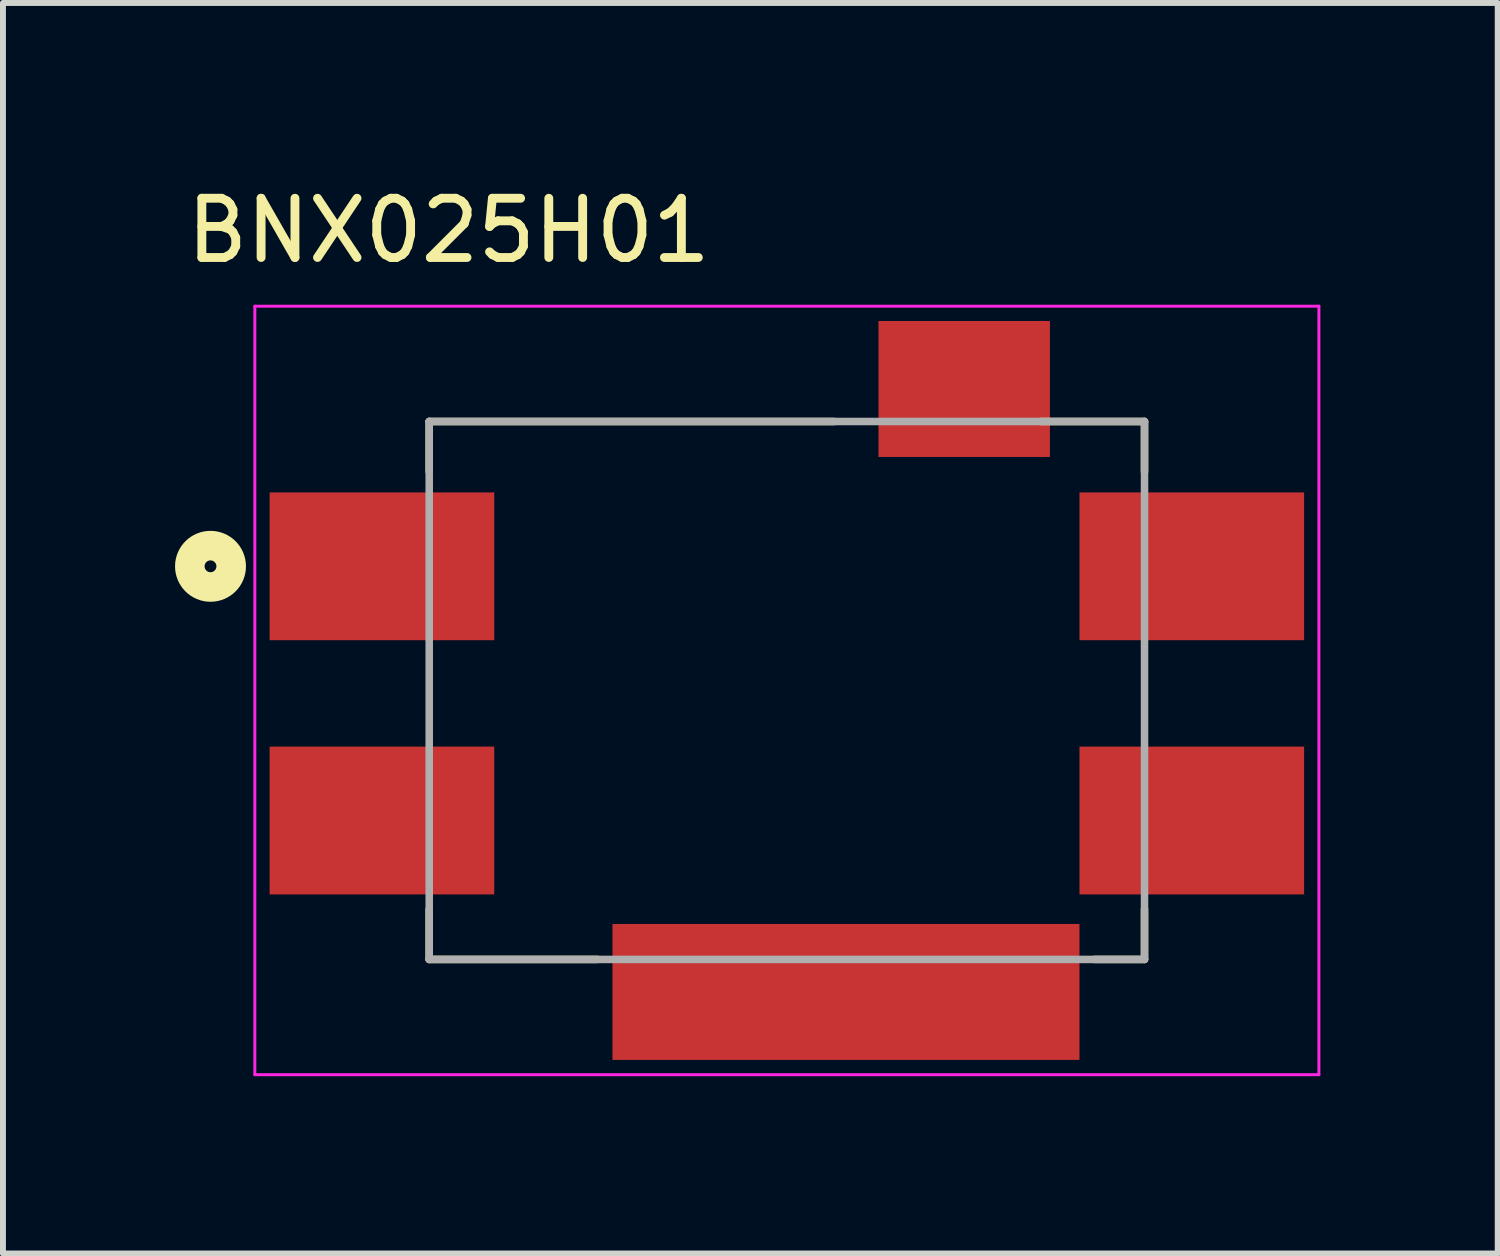
<source format=kicad_pcb>
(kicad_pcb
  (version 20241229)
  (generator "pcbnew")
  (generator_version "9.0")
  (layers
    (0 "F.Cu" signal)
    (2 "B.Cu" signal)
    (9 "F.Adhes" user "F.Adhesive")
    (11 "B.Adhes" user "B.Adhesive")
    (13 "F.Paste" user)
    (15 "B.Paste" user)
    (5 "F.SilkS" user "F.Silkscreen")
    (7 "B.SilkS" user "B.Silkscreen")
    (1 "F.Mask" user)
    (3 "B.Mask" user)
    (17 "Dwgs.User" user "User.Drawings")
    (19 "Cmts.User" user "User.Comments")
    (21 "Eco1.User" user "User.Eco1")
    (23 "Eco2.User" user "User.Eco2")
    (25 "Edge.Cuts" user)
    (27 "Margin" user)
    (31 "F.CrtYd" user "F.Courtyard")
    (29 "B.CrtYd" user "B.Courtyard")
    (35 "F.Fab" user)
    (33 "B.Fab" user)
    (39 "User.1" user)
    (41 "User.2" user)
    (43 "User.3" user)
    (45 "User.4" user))
  (footprint "BNX025H01"
    (layer "F.Cu")
    (at 10.261 8.63)
    (property "Reference" "BNX025H01" (at -5.721 -7.78 0) (layer "F.SilkS") (effects (font (size 1.002 1.002) (thickness 0.15))))
    (attr through_hole)
    (fp_line (start -6.05 -4.55) (end 0.8 -4.55) (stroke (width 0.127) (type solid)) (layer "F.SilkS"))
    (fp_line (start -6.05 -3.7) (end -6.05 -4.55) (stroke (width 0.127) (type solid)) (layer "F.SilkS"))
    (fp_line (start -6.05 4.55) (end -6.05 3.7) (stroke (width 0.127) (type solid)) (layer "F.SilkS"))
    (fp_line (start -3.2 4.55) (end -6.05 4.55) (stroke (width 0.127) (type solid)) (layer "F.SilkS"))
    (fp_line (start 4.3 -4.55) (end 6.05 -4.55) (stroke (width 0.127) (type solid)) (layer "F.SilkS"))
    (fp_line (start 6.05 -4.55) (end 6.05 -3.7) (stroke (width 0.127) (type solid)) (layer "F.SilkS"))
    (fp_line (start 6.05 3.7) (end 6.05 4.55) (stroke (width 0.127) (type solid)) (layer "F.SilkS"))
    (fp_line (start 6.05 4.55) (end 5.2 4.55) (stroke (width 0.127) (type solid)) (layer "F.SilkS"))
    (fp_circle (center -9.75 -2.1) (end -9.65 -2.1) (stroke (width 0.5) (type solid)) (fill no) (layer "F.SilkS"))
    (fp_line (start -9 -6.5) (end 9 -6.5) (stroke (width 0.05) (type solid)) (layer "F.CrtYd"))
    (fp_line (start -9 6.5) (end -9 -6.5) (stroke (width 0.05) (type solid)) (layer "F.CrtYd"))
    (fp_line (start 9 -6.5) (end 9 6.5) (stroke (width 0.05) (type solid)) (layer "F.CrtYd"))
    (fp_line (start 9 6.5) (end -9 6.5) (stroke (width 0.05) (type solid)) (layer "F.CrtYd"))
    (fp_line (start -6.05 -4.55) (end 6.05 -4.55) (stroke (width 0.127) (type solid)) (layer "F.Fab"))
    (fp_line (start -6.05 4.55) (end -6.05 -4.55) (stroke (width 0.127) (type solid)) (layer "F.Fab"))
    (fp_line (start 6.05 -4.55) (end 6.05 4.55) (stroke (width 0.127) (type solid)) (layer "F.Fab"))
    (fp_line (start 6.05 4.55) (end -6.05 4.55) (stroke (width 0.127) (type solid)) (layer "F.Fab"))
    (pad "1" smd rect (at -6.85 -2.1) (size 3.8 2.5) (layers "F.Cu" "F.Mask" "F.Paste"))
    (pad "2" smd rect (at 6.85 -2.1) (size 3.8 2.5) (layers "F.Cu" "F.Mask" "F.Paste"))
    (pad "3" smd rect (at -6.85 2.2) (size 3.8 2.5) (layers "F.Cu" "F.Mask" "F.Paste"))
    (pad "4" smd rect (at 3 -5.1) (size 2.9 2.3) (layers "F.Cu" "F.Mask" "F.Paste"))
    (pad "5" smd rect (at 6.85 2.2) (size 3.8 2.5) (layers "F.Cu" "F.Mask" "F.Paste"))
    (pad "6" smd rect (at 1 5.1) (size 7.9 2.3) (layers "F.Cu" "F.Mask" "F.Paste")))
  (gr_rect
    (start -3 -3)
    (end 22.286 18.155)
    (stroke (width 0.1) (type default))
    (fill no)
    (layer "Edge.Cuts")))
</source>
